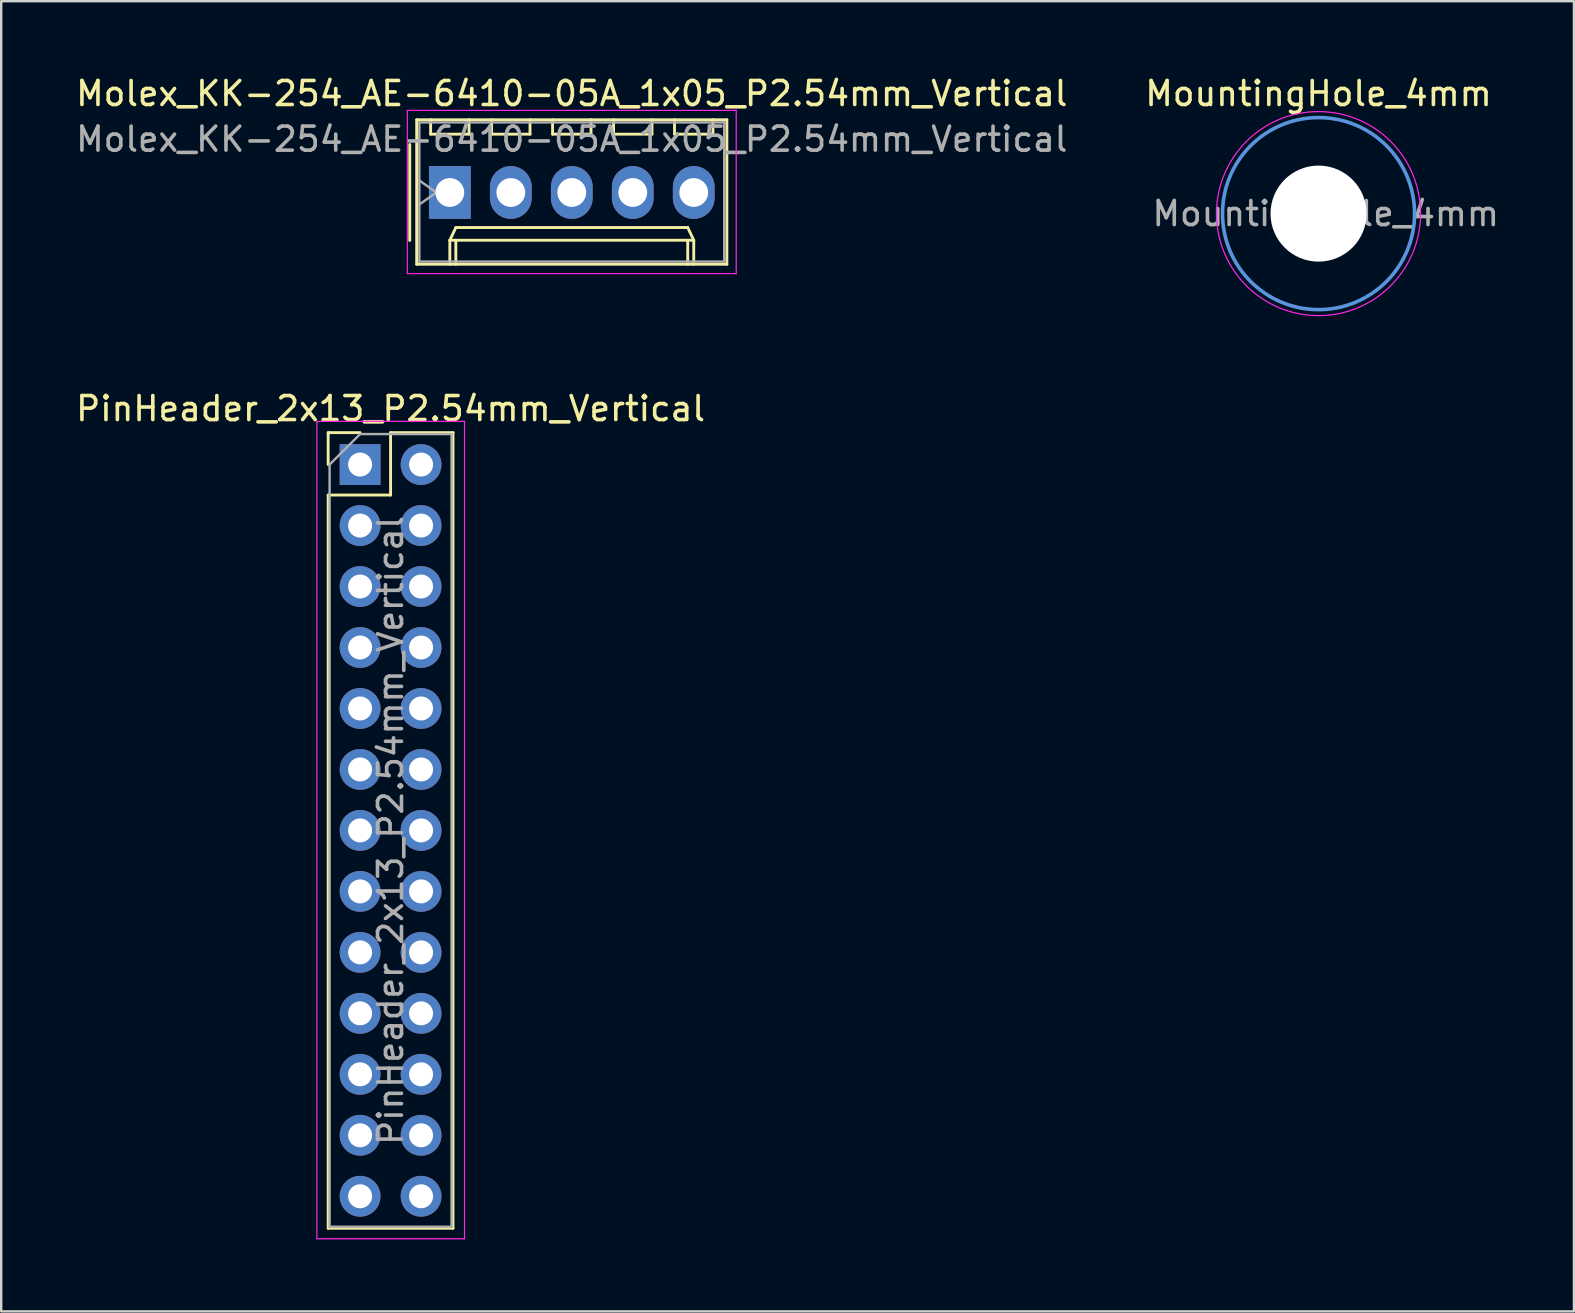
<source format=kicad_pcb>
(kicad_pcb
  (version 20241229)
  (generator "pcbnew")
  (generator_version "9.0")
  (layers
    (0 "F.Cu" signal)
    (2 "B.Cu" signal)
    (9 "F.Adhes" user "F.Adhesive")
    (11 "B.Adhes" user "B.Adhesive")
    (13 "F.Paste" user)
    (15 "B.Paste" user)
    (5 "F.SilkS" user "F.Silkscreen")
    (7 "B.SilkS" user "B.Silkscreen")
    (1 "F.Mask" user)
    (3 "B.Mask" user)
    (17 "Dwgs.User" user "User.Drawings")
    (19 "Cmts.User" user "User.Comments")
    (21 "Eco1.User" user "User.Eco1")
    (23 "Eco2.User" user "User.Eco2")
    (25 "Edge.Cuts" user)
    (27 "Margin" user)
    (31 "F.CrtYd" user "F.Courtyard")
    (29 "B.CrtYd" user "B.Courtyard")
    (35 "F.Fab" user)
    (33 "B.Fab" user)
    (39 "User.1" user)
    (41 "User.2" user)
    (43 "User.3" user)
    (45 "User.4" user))
  (footprint "MountingHole_4mm"
    (layer "F.Cu")
    (at 51.875 5.848)
    (property "Reference" "MountingHole_4mm" (at 0 -5 0) (layer "F.SilkS") (effects (font (size 1 1) (thickness 0.15))))
    (attr exclude_from_pos_files exclude_from_bom)
    (fp_circle (center 0 0) (end 4 0) (stroke (width 0.15) (type solid)) (fill no) (layer "Cmts.User"))
    (fp_circle (center 0 0) (end 4.25 0) (stroke (width 0.05) (type solid)) (fill no) (layer "F.CrtYd"))
    (fp_text user "${REFERENCE}" (at 0.3 0 0) (layer "F.Fab") (effects (font (size 1 1) (thickness 0.15))))
    (pad "" np_thru_hole circle (at 0 0) (size 4 4) (drill 4) (layers "*.Cu" "*.Mask")))
  (footprint "Molex_KK-254_AE-6410-05A_1x05_P2.54mm_Vertical"
    (layer "F.Cu")
    (at 15.688 4.968)
    (property "Reference" "Molex_KK-254_AE-6410-05A_1x05_P2.54mm_Vertical" (at 5.08 -4.12 0) (layer "F.SilkS") (effects (font (size 1 1) (thickness 0.15))))
    (attr through_hole)
    (fp_line (start -1.67 -2) (end -1.67 2) (stroke (width 0.12) (type solid)) (layer "F.SilkS"))
    (fp_line (start -1.38 -3.03) (end -1.38 2.99) (stroke (width 0.12) (type solid)) (layer "F.SilkS"))
    (fp_line (start -1.38 2.99) (end 11.54 2.99) (stroke (width 0.12) (type solid)) (layer "F.SilkS"))
    (fp_line (start -0.8 -3.03) (end -0.8 -2.43) (stroke (width 0.12) (type solid)) (layer "F.SilkS"))
    (fp_line (start -0.8 -2.43) (end 0.8 -2.43) (stroke (width 0.12) (type solid)) (layer "F.SilkS"))
    (fp_line (start 0 1.99) (end 0.25 1.46) (stroke (width 0.12) (type solid)) (layer "F.SilkS"))
    (fp_line (start 0 1.99) (end 10.16 1.99) (stroke (width 0.12) (type solid)) (layer "F.SilkS"))
    (fp_line (start 0 2.99) (end 0 1.99) (stroke (width 0.12) (type solid)) (layer "F.SilkS"))
    (fp_line (start 0.25 1.46) (end 9.91 1.46) (stroke (width 0.12) (type solid)) (layer "F.SilkS"))
    (fp_line (start 0.25 2.99) (end 0.25 1.99) (stroke (width 0.12) (type solid)) (layer "F.SilkS"))
    (fp_line (start 0.8 -2.43) (end 0.8 -3.03) (stroke (width 0.12) (type solid)) (layer "F.SilkS"))
    (fp_line (start 1.74 -3.03) (end 1.74 -2.43) (stroke (width 0.12) (type solid)) (layer "F.SilkS"))
    (fp_line (start 1.74 -2.43) (end 3.34 -2.43) (stroke (width 0.12) (type solid)) (layer "F.SilkS"))
    (fp_line (start 3.34 -2.43) (end 3.34 -3.03) (stroke (width 0.12) (type solid)) (layer "F.SilkS"))
    (fp_line (start 4.28 -3.03) (end 4.28 -2.43) (stroke (width 0.12) (type solid)) (layer "F.SilkS"))
    (fp_line (start 4.28 -2.43) (end 5.88 -2.43) (stroke (width 0.12) (type solid)) (layer "F.SilkS"))
    (fp_line (start 5.88 -2.43) (end 5.88 -3.03) (stroke (width 0.12) (type solid)) (layer "F.SilkS"))
    (fp_line (start 6.82 -3.03) (end 6.82 -2.43) (stroke (width 0.12) (type solid)) (layer "F.SilkS"))
    (fp_line (start 6.82 -2.43) (end 8.42 -2.43) (stroke (width 0.12) (type solid)) (layer "F.SilkS"))
    (fp_line (start 8.42 -2.43) (end 8.42 -3.03) (stroke (width 0.12) (type solid)) (layer "F.SilkS"))
    (fp_line (start 9.36 -3.03) (end 9.36 -2.43) (stroke (width 0.12) (type solid)) (layer "F.SilkS"))
    (fp_line (start 9.36 -2.43) (end 10.96 -2.43) (stroke (width 0.12) (type solid)) (layer "F.SilkS"))
    (fp_line (start 9.91 1.46) (end 10.16 1.99) (stroke (width 0.12) (type solid)) (layer "F.SilkS"))
    (fp_line (start 9.91 2.99) (end 9.91 1.99) (stroke (width 0.12) (type solid)) (layer "F.SilkS"))
    (fp_line (start 10.16 1.99) (end 10.16 2.99) (stroke (width 0.12) (type solid)) (layer "F.SilkS"))
    (fp_line (start 10.96 -2.43) (end 10.96 -3.03) (stroke (width 0.12) (type solid)) (layer "F.SilkS"))
    (fp_line (start 11.54 -3.03) (end -1.38 -3.03) (stroke (width 0.12) (type solid)) (layer "F.SilkS"))
    (fp_line (start 11.54 2.99) (end 11.54 -3.03) (stroke (width 0.12) (type solid)) (layer "F.SilkS"))
    (fp_line (start -1.77 -3.42) (end -1.77 3.38) (stroke (width 0.05) (type solid)) (layer "F.CrtYd"))
    (fp_line (start -1.77 3.38) (end 11.93 3.38) (stroke (width 0.05) (type solid)) (layer "F.CrtYd"))
    (fp_line (start 11.93 -3.42) (end -1.77 -3.42) (stroke (width 0.05) (type solid)) (layer "F.CrtYd"))
    (fp_line (start 11.93 3.38) (end 11.93 -3.42) (stroke (width 0.05) (type solid)) (layer "F.CrtYd"))
    (fp_line (start -1.27 -2.92) (end -1.27 2.88) (stroke (width 0.1) (type solid)) (layer "F.Fab"))
    (fp_line (start -1.27 -0.5) (end -0.563 0) (stroke (width 0.1) (type solid)) (layer "F.Fab"))
    (fp_line (start -1.27 2.88) (end 11.43 2.88) (stroke (width 0.1) (type solid)) (layer "F.Fab"))
    (fp_line (start -0.563 0) (end -1.27 0.5) (stroke (width 0.1) (type solid)) (layer "F.Fab"))
    (fp_line (start 11.43 -2.92) (end -1.27 -2.92) (stroke (width 0.1) (type solid)) (layer "F.Fab"))
    (fp_line (start 11.43 2.88) (end 11.43 -2.92) (stroke (width 0.1) (type solid)) (layer "F.Fab"))
    (fp_text user "${REFERENCE}" (at 5.08 -2.22 0) (layer "F.Fab") (effects (font (size 1 1) (thickness 0.15))))
    (pad "1" thru_hole rect (at 0 0) (size 1.74 2.2) (drill 1.2) (layers "*.Cu" "*.Mask"))
    (pad "2" thru_hole oval (at 2.54 0) (size 1.74 2.2) (drill 1.2) (layers "*.Cu" "*.Mask"))
    (pad "3" thru_hole oval (at 5.08 0) (size 1.74 2.2) (drill 1.2) (layers "*.Cu" "*.Mask"))
    (pad "4" thru_hole oval (at 7.62 0) (size 1.74 2.2) (drill 1.2) (layers "*.Cu" "*.Mask"))
    (pad "5" thru_hole oval (at 10.16 0) (size 1.74 2.2) (drill 1.2) (layers "*.Cu" "*.Mask")))
  (footprint "PinHeader_2x13_P2.54mm_Vertical"
    (layer "F.Cu")
    (at 11.95 16.302)
    (property "Reference" "PinHeader_2x13_P2.54mm_Vertical" (at 1.27 -2.33 0) (layer "F.SilkS") (effects (font (size 1 1) (thickness 0.15))))
    (attr through_hole)
    (fp_line (start -1.33 -1.33) (end 0 -1.33) (stroke (width 0.12) (type solid)) (layer "F.SilkS"))
    (fp_line (start -1.33 0) (end -1.33 -1.33) (stroke (width 0.12) (type solid)) (layer "F.SilkS"))
    (fp_line (start -1.33 1.27) (end -1.33 31.81) (stroke (width 0.12) (type solid)) (layer "F.SilkS"))
    (fp_line (start -1.33 1.27) (end 1.27 1.27) (stroke (width 0.12) (type solid)) (layer "F.SilkS"))
    (fp_line (start -1.33 31.81) (end 3.87 31.81) (stroke (width 0.12) (type solid)) (layer "F.SilkS"))
    (fp_line (start 1.27 -1.33) (end 3.87 -1.33) (stroke (width 0.12) (type solid)) (layer "F.SilkS"))
    (fp_line (start 1.27 1.27) (end 1.27 -1.33) (stroke (width 0.12) (type solid)) (layer "F.SilkS"))
    (fp_line (start 3.87 -1.33) (end 3.87 31.81) (stroke (width 0.12) (type solid)) (layer "F.SilkS"))
    (fp_line (start -1.8 -1.8) (end -1.8 32.25) (stroke (width 0.05) (type solid)) (layer "F.CrtYd"))
    (fp_line (start -1.8 32.25) (end 4.35 32.25) (stroke (width 0.05) (type solid)) (layer "F.CrtYd"))
    (fp_line (start 4.35 -1.8) (end -1.8 -1.8) (stroke (width 0.05) (type solid)) (layer "F.CrtYd"))
    (fp_line (start 4.35 32.25) (end 4.35 -1.8) (stroke (width 0.05) (type solid)) (layer "F.CrtYd"))
    (fp_line (start -1.27 0) (end 0 -1.27) (stroke (width 0.1) (type solid)) (layer "F.Fab"))
    (fp_line (start -1.27 31.75) (end -1.27 0) (stroke (width 0.1) (type solid)) (layer "F.Fab"))
    (fp_line (start 0 -1.27) (end 3.81 -1.27) (stroke (width 0.1) (type solid)) (layer "F.Fab"))
    (fp_line (start 3.81 -1.27) (end 3.81 31.75) (stroke (width 0.1) (type solid)) (layer "F.Fab"))
    (fp_line (start 3.81 31.75) (end -1.27 31.75) (stroke (width 0.1) (type solid)) (layer "F.Fab"))
    (fp_text user "${REFERENCE}" (at 1.27 15.24 90) (layer "F.Fab") (effects (font (size 1 1) (thickness 0.15))))
    (pad "1" thru_hole rect (at 0 0) (size 1.7 1.7) (drill 1) (layers "*.Cu" "*.Mask"))
    (pad "2" thru_hole oval (at 2.54 0) (size 1.7 1.7) (drill 1) (layers "*.Cu" "*.Mask"))
    (pad "3" thru_hole oval (at 0 2.54) (size 1.7 1.7) (drill 1) (layers "*.Cu" "*.Mask"))
    (pad "4" thru_hole oval (at 2.54 2.54) (size 1.7 1.7) (drill 1) (layers "*.Cu" "*.Mask"))
    (pad "5" thru_hole oval (at 0 5.08) (size 1.7 1.7) (drill 1) (layers "*.Cu" "*.Mask"))
    (pad "6" thru_hole oval (at 2.54 5.08) (size 1.7 1.7) (drill 1) (layers "*.Cu" "*.Mask"))
    (pad "7" thru_hole oval (at 0 7.62) (size 1.7 1.7) (drill 1) (layers "*.Cu" "*.Mask"))
    (pad "8" thru_hole oval (at 2.54 7.62) (size 1.7 1.7) (drill 1) (layers "*.Cu" "*.Mask"))
    (pad "9" thru_hole oval (at 0 10.16) (size 1.7 1.7) (drill 1) (layers "*.Cu" "*.Mask"))
    (pad "10" thru_hole oval (at 2.54 10.16) (size 1.7 1.7) (drill 1) (layers "*.Cu" "*.Mask"))
    (pad "11" thru_hole oval (at 0 12.7) (size 1.7 1.7) (drill 1) (layers "*.Cu" "*.Mask"))
    (pad "12" thru_hole oval (at 2.54 12.7) (size 1.7 1.7) (drill 1) (layers "*.Cu" "*.Mask"))
    (pad "13" thru_hole oval (at 0 15.24) (size 1.7 1.7) (drill 1) (layers "*.Cu" "*.Mask"))
    (pad "14" thru_hole oval (at 2.54 15.24) (size 1.7 1.7) (drill 1) (layers "*.Cu" "*.Mask"))
    (pad "15" thru_hole oval (at 0 17.78) (size 1.7 1.7) (drill 1) (layers "*.Cu" "*.Mask"))
    (pad "16" thru_hole oval (at 2.54 17.78) (size 1.7 1.7) (drill 1) (layers "*.Cu" "*.Mask"))
    (pad "17" thru_hole oval (at 0 20.32) (size 1.7 1.7) (drill 1) (layers "*.Cu" "*.Mask"))
    (pad "18" thru_hole oval (at 2.54 20.32) (size 1.7 1.7) (drill 1) (layers "*.Cu" "*.Mask"))
    (pad "19" thru_hole oval (at 0 22.86) (size 1.7 1.7) (drill 1) (layers "*.Cu" "*.Mask"))
    (pad "20" thru_hole oval (at 2.54 22.86) (size 1.7 1.7) (drill 1) (layers "*.Cu" "*.Mask"))
    (pad "21" thru_hole oval (at 0 25.4) (size 1.7 1.7) (drill 1) (layers "*.Cu" "*.Mask"))
    (pad "22" thru_hole oval (at 2.54 25.4) (size 1.7 1.7) (drill 1) (layers "*.Cu" "*.Mask"))
    (pad "23" thru_hole oval (at 0 27.94) (size 1.7 1.7) (drill 1) (layers "*.Cu" "*.Mask"))
    (pad "24" thru_hole oval (at 2.54 27.94) (size 1.7 1.7) (drill 1) (layers "*.Cu" "*.Mask"))
    (pad "25" thru_hole oval (at 0 30.48) (size 1.7 1.7) (drill 1) (layers "*.Cu" "*.Mask"))
    (pad "26" thru_hole oval (at 2.54 30.48) (size 1.7 1.7) (drill 1) (layers "*.Cu" "*.Mask")))
  (gr_rect
    (start -3 -3)
    (end 62.514 51.577)
    (stroke (width 0.1) (type default))
    (fill no)
    (layer "Edge.Cuts")))
</source>
